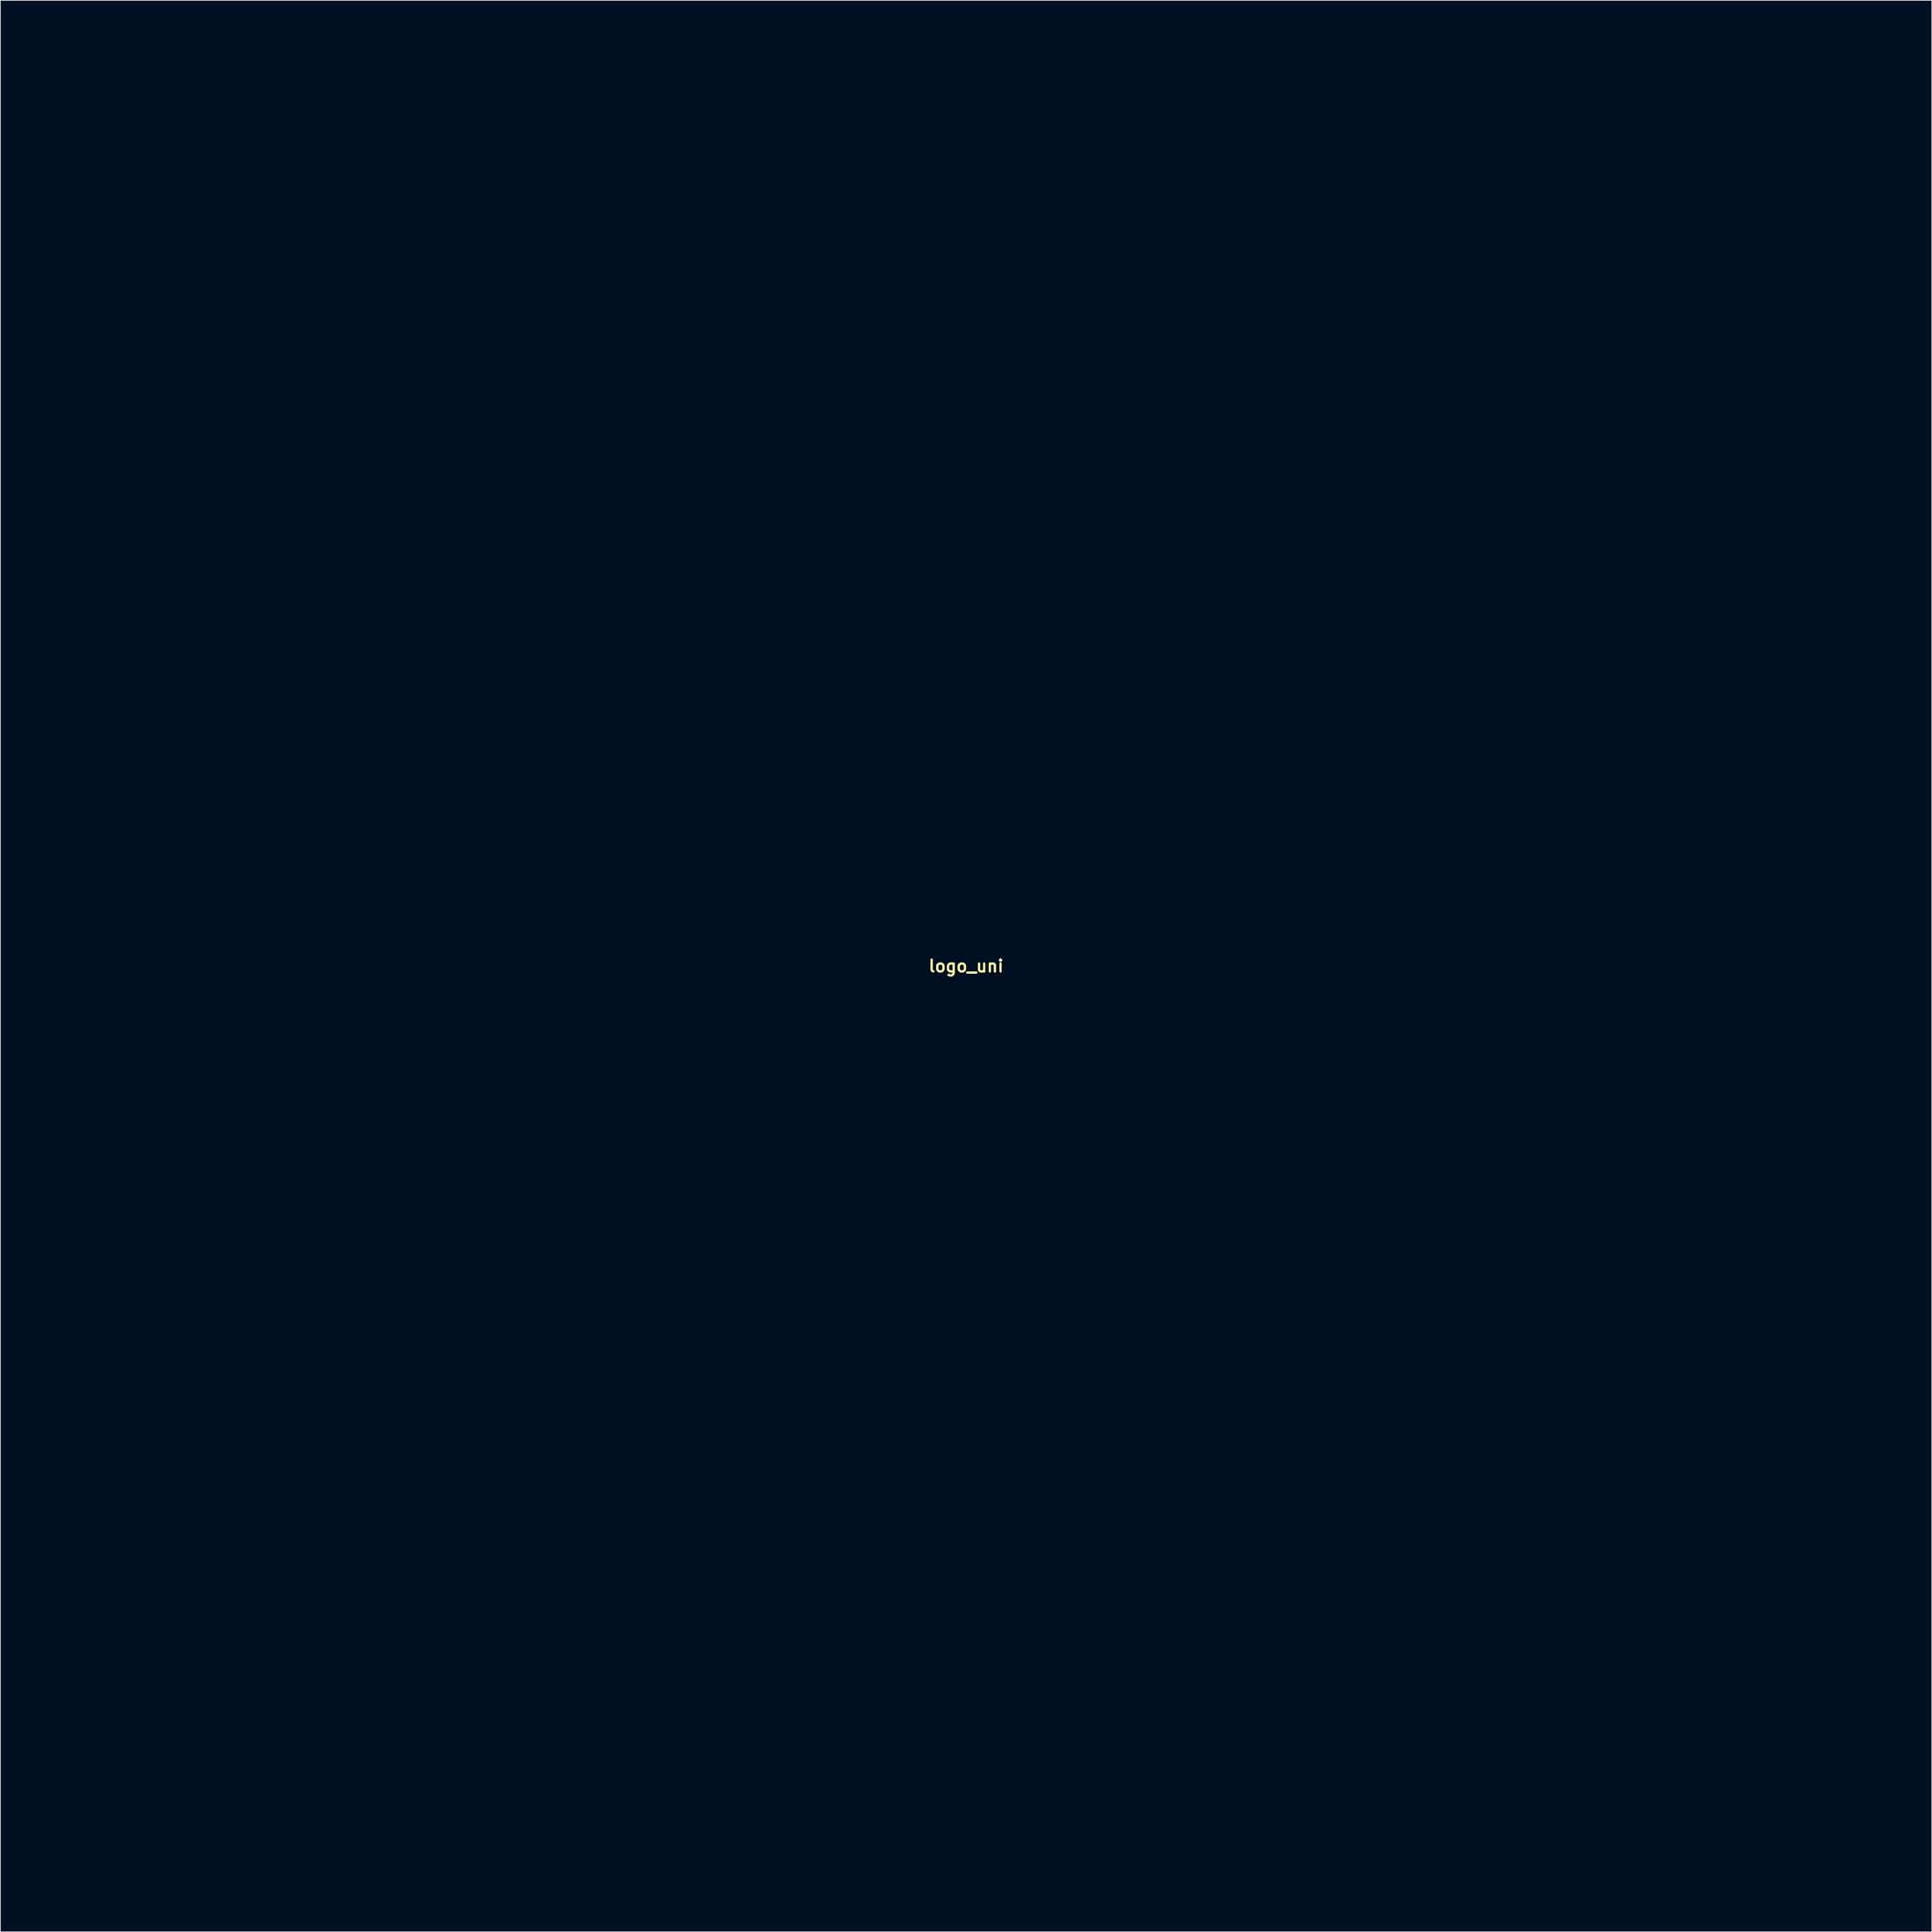
<source format=kicad_pcb>
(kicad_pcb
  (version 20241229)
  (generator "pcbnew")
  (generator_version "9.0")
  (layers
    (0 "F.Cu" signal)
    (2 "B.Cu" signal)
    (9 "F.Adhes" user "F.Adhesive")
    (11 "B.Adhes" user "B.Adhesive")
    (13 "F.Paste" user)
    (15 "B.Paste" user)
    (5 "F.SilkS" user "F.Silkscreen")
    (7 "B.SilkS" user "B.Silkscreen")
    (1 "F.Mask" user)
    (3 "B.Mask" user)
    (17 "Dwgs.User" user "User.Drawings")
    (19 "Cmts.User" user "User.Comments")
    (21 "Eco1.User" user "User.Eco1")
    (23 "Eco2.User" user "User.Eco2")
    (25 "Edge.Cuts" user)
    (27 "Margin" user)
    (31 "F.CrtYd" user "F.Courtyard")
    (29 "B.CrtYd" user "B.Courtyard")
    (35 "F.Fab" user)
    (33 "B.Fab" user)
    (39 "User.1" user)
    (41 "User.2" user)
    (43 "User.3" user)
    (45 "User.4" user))
  (footprint "logo_uni"
    (layer "F.Cu")
    (at 121.053 121.053)
    (property "Reference" "logo_uni" (at 0 0 0) (layer "F.SilkS") (effects (font (size 1.524 1.524) (thickness 0.3))))
    (attr through_hole)
    (fp_poly (pts (xy -57.503 59.09) (xy -57.679 59.267) (xy -57.856 59.09) (xy -57.679 58.914) (xy -57.503 59.09)) (stroke (width 0.1) (type solid)) (fill yes) (layer "F.Mask"))
    (fp_poly (pts (xy 30.692 8.467) (xy 23.636 8.467) (xy 21.138 8.457) (xy 19.27 8.426) (xy 17.956 8.368) (xy 17.121 8.278) (xy 16.688 8.152) (xy 16.581 8.008) (xy 16.81 7.363) (xy 16.979 7.151) (xy 17.263 6.748) (xy 17.854 5.826) (xy 18.696 4.471) (xy 19.735 2.771) (xy 20.918 0.815) (xy 21.867 -0.768) (xy 26.358 -8.29) (xy 28.525 -8.395) (xy 30.692 -8.5) (xy 30.692 -0.017) (xy 30.692 8.467)) (stroke (width 0.1) (type solid)) (fill yes) (layer "F.Mask"))
    (fp_poly (pts (xy 53.269 53.269) (xy 21.519 53.269) (xy 16.853 53.267) (xy 12.394 53.261) (xy 8.191 53.25) (xy 4.294 53.236) (xy 0.753 53.218) (xy -2.382 53.197) (xy -5.062 53.174) (xy -7.236 53.148) (xy -8.856 53.121) (xy -9.87 53.091) (xy -10.23 53.06) (xy -10.231 53.06) (xy -10.056 52.714) (xy -9.563 51.844) (xy -8.8 50.53) (xy -7.812 48.852) (xy -6.646 46.89) (xy -5.35 44.724) (xy -5.272 44.593) (xy -0.313 36.336) (xy 26.478 36.336) (xy 53.269 36.336) (xy 53.269 44.803) (xy 53.269 53.269)) (stroke (width 0.1) (type solid)) (fill yes) (layer "F.Mask"))
    (fp_poly (pts (xy 11.179 -7.989) (xy 11.06 -7.649) (xy 10.641 -6.776) (xy 9.967 -5.451) (xy 9.08 -3.758) (xy 8.022 -1.78) (xy 6.93 0.231) (xy 2.521 8.29) (xy -5.971 8.361) (xy -8.547 8.37) (xy -10.752 8.351) (xy -12.51 8.307) (xy -13.748 8.241) (xy -14.389 8.154) (xy -14.464 8.107) (xy -14.277 7.738) (xy -13.751 6.86) (xy -12.936 5.551) (xy -11.88 3.89) (xy -10.633 1.957) (xy -9.247 -0.17) (xy -9.127 -0.352) (xy -3.791 -8.487) (xy 3.614 -8.317) (xy 5.826 -8.26) (xy 7.79 -8.195) (xy 9.399 -8.128) (xy 10.548 -8.063) (xy 11.13 -8.005) (xy 11.179 -7.989)) (stroke (width 0.1) (type solid)) (fill yes) (layer "F.Mask"))
    (fp_poly (pts (xy -13.053 36.583) (xy -13.215 36.947) (xy -13.671 37.846) (xy -14.378 39.197) (xy -15.291 40.916) (xy -16.366 42.919) (xy -17.519 45.05) (xy -21.986 53.269) (xy -37.393 53.269) (xy -40.624 53.264) (xy -43.635 53.249) (xy -46.354 53.226) (xy -48.708 53.195) (xy -50.623 53.157) (xy -52.028 53.114) (xy -52.848 53.067) (xy -52.95 53.049) (xy -51.987 52.162) (xy -51.477 51.701) (xy -50.511 50.839) (xy -49.163 49.64) (xy -47.505 48.169) (xy -45.611 46.491) (xy -43.553 44.67) (xy -42.55 43.783) (xy -34.123 36.336) (xy -23.588 36.336) (xy -20.943 36.344) (xy -18.541 36.366) (xy -16.469 36.401) (xy -14.813 36.447) (xy -13.66 36.501) (xy -13.095 36.561) (xy -13.053 36.583)) (stroke (width 0.1) (type solid)) (fill yes) (layer "F.Mask"))
    (fp_poly (pts (xy 53.282 -36.336) (xy 48.299 -36.336) (xy 46.329 -36.344) (xy 44.965 -36.374) (xy 44.105 -36.439) (xy 43.652 -36.552) (xy 43.503 -36.723) (xy 43.536 -36.908) (xy 43.772 -37.36) (xy 44.32 -38.327) (xy 45.127 -39.718) (xy 46.14 -41.444) (xy 47.307 -43.414) (xy 48.213 -44.934) (xy 49.452 -47.006) (xy 50.572 -48.882) (xy 51.522 -50.473) (xy 52.25 -51.695) (xy 52.705 -52.462) (xy 52.835 -52.685) (xy 52.616 -52.533) (xy 51.922 -51.968) (xy 50.81 -51.04) (xy 49.338 -49.798) (xy 47.565 -48.291) (xy 45.548 -46.568) (xy 43.346 -44.678) (xy 43.345 -44.677) (xy 33.69 -36.372) (xy 24.253 -36.354) (xy 21.756 -36.356) (xy 19.507 -36.372) (xy 17.597 -36.398) (xy 16.118 -36.435) (xy 15.16 -36.479) (xy 14.817 -36.53) (xy 14.817 -36.53) (xy 15.001 -36.867) (xy 15.514 -37.697) (xy 16.293 -38.925) (xy 17.276 -40.456) (xy 18.402 -42.195) (xy 19.608 -44.048) (xy 20.832 -45.919) (xy 22.013 -47.713) (xy 23.089 -49.336) (xy 23.998 -50.692) (xy 24.677 -51.687) (xy 24.99 -52.127) (xy 25.843 -53.278) (xy 39.468 -53.185) (xy 53.093 -53.093) (xy 53.188 -44.715) (xy 53.282 -36.336)) (stroke (width 0.1) (type solid)) (fill yes) (layer "F.Mask"))
    (fp_poly (pts (xy 2.895 -53.079) (xy 2.788 -52.729) (xy 2.388 -51.842) (xy 1.736 -50.5) (xy 0.875 -48.787) (xy -0.155 -46.788) (xy -1.251 -44.7) (xy -5.589 -36.513) (xy -20.962 -36.421) (xy -36.336 -36.329) (xy -36.336 -22.398) (xy -36.336 -8.467) (xy -28.575 -8.467) (xy -26.042 -8.452) (xy -23.932 -8.41) (xy -22.313 -8.343) (xy -21.253 -8.255) (xy -20.82 -8.148) (xy -20.814 -8.132) (xy -20.973 -7.742) (xy -21.422 -6.816) (xy -22.116 -5.44) (xy -23.011 -3.699) (xy -24.065 -1.681) (xy -25.129 0.335) (xy -29.444 8.467) (xy -32.89 8.467) (xy -36.336 8.467) (xy -36.336 14.978) (xy -36.336 21.49) (xy -43.694 35.351) (xy -45.263 38.31) (xy -46.763 41.141) (xy -48.152 43.77) (xy -49.393 46.122) (xy -50.446 48.122) (xy -51.271 49.696) (xy -51.828 50.768) (xy -52.025 51.153) (xy -52.973 53.045) (xy -53.034 53.034) (xy -53.061 52.661) (xy -53.087 51.62) (xy -53.112 49.952) (xy -53.136 47.694) (xy -53.158 44.886) (xy -53.179 41.566) (xy -53.198 37.773) (xy -53.215 33.545) (xy -53.231 28.922) (xy -53.243 23.942) (xy -53.254 18.644) (xy -53.262 13.067) (xy -53.267 7.249) (xy -53.269 1.229) (xy -53.269 -0.235) (xy -53.269 -53.269) (xy -25.282 -53.269) (xy -20.902 -53.267) (xy -16.727 -53.26) (xy -12.812 -53.249) (xy -9.209 -53.235) (xy -5.972 -53.217) (xy -3.155 -53.196) (xy -0.812 -53.172) (xy 1.005 -53.146) (xy 2.242 -53.118) (xy 2.844 -53.089) (xy 2.895 -53.079)) (stroke (width 0.1) (type solid)) (fill yes) (layer "F.Mask"))
    (fp_poly (pts (xy 51.724 -98.939) (xy 51.496 -98.546) (xy 50.939 -97.656) (xy 50.113 -96.364) (xy 49.078 -94.763) (xy 47.892 -92.945) (xy 47.544 -92.413) (xy 46.045 -90.129) (xy 44.411 -87.637) (xy 42.779 -85.147) (xy 41.285 -82.868) (xy 40.267 -81.315) (xy 39.164 -79.633) (xy 38.18 -78.132) (xy 37.386 -76.922) (xy 36.855 -76.114) (xy 36.68 -75.847) (xy 35.835 -74.57) (xy 34.654 -72.781) (xy 33.189 -70.557) (xy 31.489 -67.976) (xy 29.606 -65.115) (xy 27.591 -62.052) (xy 25.494 -58.865) (xy 23.368 -55.631) (xy 21.262 -52.428) (xy 19.229 -49.333) (xy 17.318 -46.423) (xy 15.582 -43.777) (xy 14.07 -41.472) (xy 13.941 -41.275) (xy 12.966 -39.789) (xy 11.686 -37.843) (xy 10.187 -35.566) (xy 8.553 -33.087) (xy 6.87 -30.534) (xy 5.228 -28.046) (xy 3.564 -25.523) (xy 1.849 -22.922) (xy 0.174 -20.377) (xy -1.374 -18.022) (xy -2.707 -15.992) (xy -3.708 -14.464) (xy -7.141 -9.217) (xy -10.201 -4.547) (xy -12.901 -0.437) (xy -15.251 3.129) (xy -17.262 6.167) (xy -17.342 6.288) (xy -18.401 7.903) (xy -19.305 9.32) (xy -19.99 10.433) (xy -20.388 11.134) (xy -20.461 11.315) (xy -20.129 11.441) (xy -19.217 11.544) (xy -17.848 11.616) (xy -16.148 11.647) (xy -15.963 11.648) (xy -11.465 11.654) (xy -13.082 13.147) (xy -14.295 14.258) (xy -15.606 15.445) (xy -16.257 16.027) (xy -17.355 17.011) (xy -18.666 18.198) (xy -19.767 19.202) (xy -20.975 20.302) (xy -22.207 21.412) (xy -23.121 22.225) (xy -23.927 22.94) (xy -25.102 23.99) (xy -26.493 25.238) (xy -27.946 26.547) (xy -28.043 26.635) (xy -29.498 27.947) (xy -30.902 29.212) (xy -32.101 30.292) (xy -32.941 31.046) (xy -32.979 31.08) (xy -33.771 31.797) (xy -34.937 32.858) (xy -36.332 34.132) (xy -37.81 35.486) (xy -38.1 35.753) (xy -39.444 36.97) (xy -40.61 37.995) (xy -41.498 38.742) (xy -42.007 39.124) (xy -42.079 39.156) (xy -42.071 38.88) (xy -41.773 38.16) (xy -41.333 37.306) (xy -40.904 36.514) (xy -40.198 35.198) (xy -39.268 33.456) (xy -38.168 31.387) (xy -36.95 29.091) (xy -35.666 26.667) (xy -35.463 26.282) (xy -34.177 23.853) (xy -32.951 21.541) (xy -31.837 19.445) (xy -30.887 17.663) (xy -30.154 16.292) (xy -29.689 15.431) (xy -29.642 15.346) (xy -29.084 14.317) (xy -28.308 12.864) (xy -27.423 11.192) (xy -26.639 9.701) (xy -25.746 8.004) (xy -24.867 6.347) (xy -24.11 4.935) (xy -23.632 4.057) (xy -23.21 3.28) (xy -22.512 1.98) (xy -21.592 0.258) (xy -20.504 -1.786) (xy -19.302 -4.049) (xy -18.04 -6.432) (xy -17.99 -6.526) (xy -16.686 -8.99) (xy -15.406 -11.408) (xy -14.21 -13.665) (xy -13.162 -15.644) (xy -12.323 -17.227) (xy -11.777 -18.256) (xy -10.832 -20.035) (xy -9.768 -22.038) (xy -8.796 -23.869) (xy -8.686 -24.077) (xy -7.904 -25.546) (xy -6.914 -27.4) (xy -5.842 -29.402) (xy -4.814 -31.315) (xy -4.805 -31.331) (xy -3.963 -32.907) (xy -3.256 -34.25) (xy -2.744 -35.244) (xy -2.488 -35.771) (xy -2.469 -35.823) (xy -2.302 -36.183) (xy -1.872 -36.953) (xy -1.458 -37.654) (xy -0.895 -38.633) (xy -0.115 -40.049) (xy 0.778 -41.711) (xy 1.662 -43.392) (xy 2.863 -45.689) (xy 4.368 -48.551) (xy 6.148 -51.918) (xy 8.171 -55.733) (xy 10.409 -59.94) (xy 11.46 -61.913) (xy 12.342 -63.57) (xy 13.37 -65.507) (xy 14.361 -67.381) (xy 14.641 -67.91) (xy 15.425 -69.385) (xy 16.155 -70.738) (xy 16.724 -71.773) (xy 16.934 -72.143) (xy 17.333 -72.86) (xy 17.97 -74.043) (xy 18.759 -75.531) (xy 19.616 -77.163) (xy 19.665 -77.258) (xy 20.626 -79.093) (xy 21.791 -81.303) (xy 23.029 -83.643) (xy 24.211 -85.866) (xy 24.513 -86.431) (xy 26.457 -90.073) (xy 28.136 -93.223) (xy 29.618 -96.01) (xy 30.971 -98.563) (xy 32.017 -100.542) (xy 33.087 -102.56) (xy 33.883 -104.035) (xy 34.455 -105.05) (xy 34.855 -105.688) (xy 35.132 -106.034) (xy 35.338 -106.17) (xy 35.444 -106.186) (xy 35.929 -106.056) (xy 36.885 -105.708) (xy 38.136 -105.207) (xy 38.642 -104.995) (xy 42.167 -103.494) (xy 45.074 -102.239) (xy 47.403 -101.213) (xy 49.19 -100.397) (xy 50.474 -99.776) (xy 51.292 -99.331) (xy 51.681 -99.045) (xy 51.724 -98.939)) (stroke (width 0.1) (type solid)) (fill yes) (layer "F.Mask"))
    (fp_poly (pts (xy 39.158 -36.097) (xy 38.986 -35.721) (xy 38.51 -34.85) (xy 37.794 -33.593) (xy 36.903 -32.059) (xy 35.899 -30.356) (xy 34.845 -28.592) (xy 33.807 -26.877) (xy 32.846 -25.317) (xy 32.788 -25.224) (xy 32.254 -24.351) (xy 31.424 -22.976) (xy 30.361 -21.203) (xy 29.128 -19.137) (xy 27.787 -16.884) (xy 26.458 -14.64) (xy 25.118 -12.382) (xy 23.864 -10.281) (xy 22.751 -8.426) (xy 21.831 -6.907) (xy 21.159 -5.813) (xy 20.789 -5.233) (xy 20.778 -5.218) (xy 20.32 -4.512) (xy 20.11 -4.086) (xy 20.108 -4.072) (xy 19.934 -3.717) (xy 19.458 -2.879) (xy 18.748 -1.677) (xy 17.873 -0.227) (xy 17.68 0.087) (xy 16.7 1.697) (xy 15.792 3.202) (xy 15.051 4.441) (xy 14.576 5.253) (xy 14.554 5.292) (xy 14.152 5.982) (xy 13.455 7.156) (xy 12.535 8.694) (xy 11.465 10.475) (xy 10.335 12.347) (xy 9.532 13.678) (xy 8.444 15.486) (xy 7.102 17.718) (xy 5.537 20.324) (xy 3.781 23.252) (xy 1.864 26.448) (xy -0.183 29.862) (xy -2.328 33.441) (xy -4.54 37.134) (xy -6.788 40.888) (xy -9.042 44.652) (xy -11.269 48.373) (xy -13.44 52) (xy -15.522 55.481) (xy -17.485 58.763) (xy -19.297 61.795) (xy -20.928 64.525) (xy -22.346 66.901) (xy -23.521 68.87) (xy -24.42 70.382) (xy -25.014 71.383) (xy -25.252 71.79) (xy -25.631 72.438) (xy -26.323 73.604) (xy -27.276 75.203) (xy -28.439 77.147) (xy -29.76 79.352) (xy -31.188 81.731) (xy -31.881 82.884) (xy -33.292 85.245) (xy -34.57 87.412) (xy -35.674 89.313) (xy -36.561 90.874) (xy -37.189 92.021) (xy -37.517 92.68) (xy -37.553 92.809) (xy -37.143 93.003) (xy -36.281 93.211) (xy -35.811 93.291) (xy -34.869 93.48) (xy -34.307 93.687) (xy -34.236 93.772) (xy -34.5 94.049) (xy -35.211 94.675) (xy -36.26 95.564) (xy -37.542 96.627) (xy -38.948 97.778) (xy -40.372 98.927) (xy -41.705 99.989) (xy -42.842 100.874) (xy -43.675 101.497) (xy -43.798 101.583) (xy -44.244 101.859) (xy -44.422 101.769) (xy -44.392 101.186) (xy -44.294 100.525) (xy -44.109 99.445) (xy -43.831 97.946) (xy -43.509 96.299) (xy -43.404 95.779) (xy -43.079 94.124) (xy -42.783 92.511) (xy -42.567 91.22) (xy -42.524 90.928) (xy -42.357 89.954) (xy -42.193 89.35) (xy -42.125 89.253) (xy -41.816 89.494) (xy -41.218 90.108) (xy -40.844 90.523) (xy -40.399 91.034) (xy -40.046 91.359) (xy -39.721 91.436) (xy -39.358 91.203) (xy -38.894 90.597) (xy -38.265 89.557) (xy -37.405 88.019) (xy -36.435 86.254) (xy -35.5 84.557) (xy -34.615 82.953) (xy -33.873 81.609) (xy -33.366 80.693) (xy -33.32 80.61) (xy -32.146 78.493) (xy -30.867 76.177) (xy -29.555 73.793) (xy -28.281 71.471) (xy -27.117 69.344) (xy -26.136 67.541) (xy -25.41 66.195) (xy -25.289 65.969) (xy -24.493 64.498) (xy -23.498 62.692) (xy -22.458 60.83) (xy -21.874 59.796) (xy -20.863 58.002) (xy -19.786 56.07) (xy -18.805 54.291) (xy -18.346 53.446) (xy -17.737 52.325) (xy -16.855 50.716) (xy -15.77 48.744) (xy -14.553 46.537) (xy -13.274 44.223) (xy -12.521 42.862) (xy -11.106 40.308) (xy -9.589 37.567) (xy -8.073 34.825) (xy -6.66 32.266) (xy -5.453 30.078) (xy -5.111 29.457) (xy -4.069 27.565) (xy -3.101 25.812) (xy -2.278 24.321) (xy -1.667 23.218) (xy -1.366 22.677) (xy -0.877 21.797) (xy -0.194 20.557) (xy 0.54 19.219) (xy 0.578 19.149) (xy 1.067 18.258) (xy 1.84 16.855) (xy 2.838 15.047) (xy 4.002 12.938) (xy 5.274 10.634) (xy 6.596 8.242) (xy 7.91 5.867) (xy 9.157 3.614) (xy 10.278 1.589) (xy 11.215 -0.101) (xy 11.55 -0.706) (xy 12.953 -3.243) (xy 14.224 -5.564) (xy 15.323 -7.595) (xy 16.215 -9.268) (xy 16.86 -10.51) (xy 17.221 -11.252) (xy 17.286 -11.429) (xy 16.964 -11.553) (xy 16.118 -11.628) (xy 14.931 -11.639) (xy 14.905 -11.639) (xy 13.459 -11.618) (xy 12.108 -11.615) (xy 11.289 -11.627) (xy 10.054 -11.665) (xy 10.936 -12.389) (xy 11.885 -13.181) (xy 12.703 -13.877) (xy 13.307 -14.394) (xy 14.313 -15.252) (xy 15.586 -16.336) (xy 16.99 -17.529) (xy 17.113 -17.633) (xy 18.44 -18.764) (xy 19.566 -19.732) (xy 20.386 -20.444) (xy 20.793 -20.809) (xy 20.814 -20.831) (xy 21.133 -21.118) (xy 21.91 -21.792) (xy 23.067 -22.783) (xy 24.522 -24.024) (xy 26.194 -25.445) (xy 28.003 -26.98) (xy 29.868 -28.558) (xy 31.709 -30.112) (xy 33.446 -31.574) (xy 34.997 -32.875) (xy 35.872 -33.606) (xy 37.13 -34.635) (xy 38.165 -35.446) (xy 38.875 -35.961) (xy 39.157 -36.103) (xy 39.158 -36.097)) (stroke (width 0.1) (type solid)) (fill yes) (layer "F.Mask"))
    (fp_poly (pts (xy 121.003 121.003) (xy 71.878 120.975) (xy 66.059 120.971) (xy 60.44 120.964) (xy 55.063 120.956) (xy 49.966 120.947) (xy 45.189 120.936) (xy 40.772 120.924) (xy 36.755 120.91) (xy 33.176 120.896) (xy 30.076 120.881) (xy 27.495 120.864) (xy 25.472 120.848) (xy 24.046 120.831) (xy 23.258 120.813) (xy 23.107 120.801) (xy 23.593 120.661) (xy 24.587 120.416) (xy 25.907 120.109) (xy 26.458 119.985) (xy 28.582 119.486) (xy 30.924 118.893) (xy 33.313 118.255) (xy 35.576 117.618) (xy 37.542 117.031) (xy 39.038 116.54) (xy 39.335 116.432) (xy 42.478 115.238) (xy 45.107 114.21) (xy 47.372 113.286) (xy 49.425 112.4) (xy 51.417 111.487) (xy 53.501 110.485) (xy 54.504 109.989) (xy 57.478 108.473) (xy 60.351 106.934) (xy 63.009 105.441) (xy 65.337 104.057) (xy 67.22 102.85) (xy 68.236 102.125) (xy 69.465 101.188) (xy 63.894 92.839) (xy 58.323 84.49) (xy 61.705 81.931) (xy 68.258 76.53) (xy 74.373 70.581) (xy 80.034 64.098) (xy 81.984 61.602) (xy 82.96 60.334) (xy 83.778 59.309) (xy 84.348 58.638) (xy 84.576 58.427) (xy 84.897 58.626) (xy 85.729 59.168) (xy 86.995 60.002) (xy 88.619 61.077) (xy 90.526 62.345) (xy 92.639 63.753) (xy 92.942 63.956) (xy 101.155 69.442) (xy 101.851 68.5) (xy 103.712 65.771) (xy 105.696 62.488) (xy 107.741 58.781) (xy 109.784 54.776) (xy 111.763 50.601) (xy 113.617 46.384) (xy 115.283 42.252) (xy 116.698 38.333) (xy 117.008 37.394) (xy 117.572 35.563) (xy 118.16 33.511) (xy 118.743 31.356) (xy 119.291 29.215) (xy 119.778 27.205) (xy 120.172 25.444) (xy 120.447 24.048) (xy 120.573 23.136) (xy 120.562 22.856) (xy 120.146 22.625) (xy 119.043 22.288) (xy 117.262 21.848) (xy 114.811 21.307) (xy 111.702 20.668) (xy 110.644 20.458) (xy 100.91 18.537) (xy 101.089 17.647) (xy 101.598 14.541) (xy 101.997 10.902) (xy 102.283 6.896) (xy 102.45 2.689) (xy 102.496 -1.556) (xy 102.416 -5.673) (xy 102.207 -9.496) (xy 101.863 -12.86) (xy 101.837 -13.053) (xy 101.592 -14.778) (xy 101.366 -16.276) (xy 101.185 -17.393) (xy 101.071 -17.975) (xy 101.066 -17.992) (xy 101.13 -18.171) (xy 101.47 -18.37) (xy 102.154 -18.603) (xy 103.246 -18.888) (xy 104.812 -19.241) (xy 106.917 -19.679) (xy 109.628 -20.218) (xy 110.778 -20.443) (xy 113.676 -21.011) (xy 115.953 -21.47) (xy 117.682 -21.84) (xy 118.935 -22.138) (xy 119.786 -22.385) (xy 120.307 -22.598) (xy 120.57 -22.798) (xy 120.649 -23.003) (xy 120.65 -23.026) (xy 120.555 -23.836) (xy 120.292 -25.193) (xy 119.892 -26.968) (xy 119.387 -29.031) (xy 118.81 -31.251) (xy 118.192 -33.5) (xy 117.565 -35.648) (xy 117.445 -36.043) (xy 114.489 -44.545) (xy 110.934 -52.767) (xy 106.817 -60.628) (xy 103.569 -65.952) (xy 101.25 -69.526) (xy 93.196 -64.064) (xy 91.075 -62.63) (xy 89.137 -61.329) (xy 87.462 -60.213) (xy 86.128 -59.335) (xy 85.213 -58.745) (xy 84.797 -58.497) (xy 84.788 -58.493) (xy 84.454 -58.718) (xy 83.796 -59.41) (xy 82.904 -60.467) (xy 81.869 -61.784) (xy 81.711 -61.992) (xy 79.875 -64.313) (xy 77.747 -66.814) (xy 75.426 -69.393) (xy 73.009 -71.952) (xy 70.595 -74.388) (xy 68.282 -76.603) (xy 66.166 -78.496) (xy 64.347 -79.966) (xy 63.774 -80.379) (xy 63.027 -80.93) (xy 62.582 -81.301) (xy 62.109 -81.686) (xy 61.25 -82.335) (xy 60.248 -83.067) (xy 58.302 -84.465) (xy 63.901 -92.853) (xy 69.501 -101.242) (xy 65.963 -103.545) (xy 61.576 -106.22) (xy 56.705 -108.875) (xy 51.567 -111.403) (xy 46.38 -113.701) (xy 41.359 -115.663) (xy 39.511 -116.309) (xy 37.983 -116.819) (xy 36.694 -117.243) (xy 35.795 -117.531) (xy 35.454 -117.63) (xy 34.748 -117.811) (xy 33.65 -118.121) (xy 32.44 -118.477) (xy 31.401 -118.799) (xy 31.044 -118.918) (xy 30.06 -119.191) (xy 28.929 -119.419) (xy 28.928 -119.419) (xy 27.721 -119.66) (xy 26.635 -119.947) (xy 25.59 -120.182) (xy 24.316 -120.352) (xy 24.002 -120.376) (xy 22.428 -120.474) (xy 20.5 -110.67) (xy 19.895 -107.639) (xy 19.397 -105.251) (xy 18.992 -103.452) (xy 18.667 -102.191) (xy 18.41 -101.414) (xy 18.207 -101.068) (xy 18.11 -101.044) (xy 17.594 -101.164) (xy 16.537 -101.357) (xy 15.094 -101.596) (xy 13.498 -101.843) (xy 10.418 -102.194) (xy 6.808 -102.419) (xy 2.831 -102.525) (xy -1.348 -102.512) (xy -5.567 -102.387) (xy -9.66 -102.152) (xy -13.464 -101.81) (xy -16.816 -101.366) (xy -18.113 -101.138) (xy -18.389 -101.346) (xy -18.684 -102.113) (xy -19.016 -103.497) (xy -19.2 -104.422) (xy -19.315 -105.018) (xy -19.544 -106.193) (xy -19.865 -107.832) (xy -20.255 -109.822) (xy -20.692 -112.05) (xy -20.879 -113.005) (xy -22.392 -120.705) (xy -23.984 -120.462) (xy -25.514 -120.215) (xy -26.384 -120.043) (xy -26.635 -119.945) (xy -26.934 -119.854) (xy -27.517 -119.74) (xy -28.318 -119.577) (xy -29.524 -119.306) (xy -30.692 -119.028) (xy -31.657 -118.785) (xy -32.667 -118.511) (xy -33.842 -118.169) (xy -35.304 -117.724) (xy -37.174 -117.138) (xy -39.572 -116.376) (xy -40.04 -116.227) (xy -41.02 -115.889) (xy -42.326 -115.405) (xy -43.778 -114.846) (xy -45.198 -114.283) (xy -46.407 -113.785) (xy -47.226 -113.423) (xy -47.438 -113.313) (xy -48.11 -113.05) (xy -48.323 -113.006) (xy -48.852 -112.819) (xy -49.852 -112.372) (xy -51.207 -111.726) (xy -52.802 -110.94) (xy -54.521 -110.073) (xy -56.248 -109.183) (xy -57.869 -108.332) (xy -59.267 -107.577) (xy -60.327 -106.977) (xy -60.933 -106.593) (xy -61.031 -106.494) (xy -61.306 -106.201) (xy -61.427 -106.186) (xy -61.903 -106.008) (xy -62.817 -105.532) (xy -64.016 -104.85) (xy -65.348 -104.052) (xy -66.66 -103.229) (xy -67.8 -102.47) (xy -68.356 -102.071) (xy -69.508 -101.203) (xy -67.155 -97.786) (xy -65.792 -95.794) (xy -64.394 -93.734) (xy -63.02 -91.692) (xy -61.727 -89.755) (xy -60.574 -88.012) (xy -59.618 -86.549) (xy -58.917 -85.454) (xy -58.529 -84.813) (xy -58.472 -84.695) (xy -58.701 -84.366) (xy -59.388 -83.724) (xy -60.42 -82.87) (xy -61.383 -82.128) (xy -66.405 -78.109) (xy -71.219 -73.759) (xy -75.701 -69.202) (xy -79.729 -64.563) (xy -82.856 -60.433) (xy -84.387 -58.25) (xy -92.8 -63.866) (xy -101.213 -69.481) (xy -103.127 -66.579) (xy -106.422 -61.191) (xy -109.578 -55.27) (xy -112.514 -48.985) (xy -115.151 -42.505) (xy -117.41 -36) (xy -117.416 -35.983) (xy -118.112 -33.685) (xy -118.764 -31.356) (xy -119.347 -29.102) (xy -119.838 -27.027) (xy -120.213 -25.235) (xy -120.448 -23.831) (xy -120.52 -22.918) (xy -120.452 -22.619) (xy -120.031 -22.474) (xy -119.009 -22.218) (xy -117.48 -21.87) (xy -115.535 -21.453) (xy -113.268 -20.985) (xy -110.77 -20.487) (xy -110.596 -20.453) (xy -108.105 -19.965) (xy -105.854 -19.522) (xy -103.93 -19.143) (xy -102.424 -18.843) (xy -101.424 -18.642) (xy -101.02 -18.557) (xy -101.016 -18.556) (xy -101.046 -18.219) (xy -101.173 -17.359) (xy -101.373 -16.148) (xy -101.42 -15.875) (xy -101.879 -12.652) (xy -102.237 -8.958) (xy -102.481 -5.021) (xy -102.596 -1.069) (xy -102.569 2.669) (xy -102.553 3.167) (xy -102.448 5.352) (xy -102.288 7.729) (xy -102.088 10.159) (xy -101.86 12.503) (xy -101.62 14.622) (xy -101.38 16.378) (xy -101.155 17.632) (xy -101.061 18.003) (xy -101.115 18.185) (xy -101.434 18.383) (xy -102.082 18.613) (xy -103.129 18.894) (xy -104.64 19.242) (xy -106.683 19.674) (xy -109.325 20.209) (xy -110.641 20.47) (xy -113.86 21.122) (xy -116.475 21.686) (xy -118.466 22.155) (xy -119.81 22.526) (xy -120.487 22.792) (xy -120.566 22.867) (xy -120.557 23.405) (xy -120.381 24.504) (xy -120.066 26.047) (xy -119.64 27.916) (xy -119.131 29.995) (xy -118.567 32.166) (xy -117.977 34.312) (xy -117.387 36.315) (xy -117.217 36.865) (xy -115.206 42.649) (xy -112.787 48.58) (xy -110.05 54.465) (xy -107.088 60.112) (xy -103.992 65.331) (xy -102.595 67.465) (xy -101.226 69.49) (xy -92.858 63.908) (xy -84.49 58.325) (xy -81.765 61.883) (xy -77.116 67.582) (xy -72.294 72.731) (xy -67.145 77.486) (xy -62.442 81.299) (xy -61.009 82.422) (xy -59.812 83.409) (xy -58.946 84.177) (xy -58.509 84.642) (xy -58.477 84.725) (xy -58.69 85.092) (xy -59.244 85.965) (xy -60.088 87.265) (xy -61.169 88.912) (xy -62.435 90.827) (xy -63.835 92.931) (xy -63.857 92.963) (xy -65.254 95.068) (xy -66.513 96.988) (xy -67.583 98.642) (xy -68.412 99.951) (xy -68.949 100.835) (xy -69.144 101.216) (xy -69.144 101.217) (xy -68.857 101.502) (xy -68.066 102.076) (xy -66.878 102.873) (xy -65.397 103.826) (xy -63.731 104.87) (xy -61.985 105.938) (xy -60.266 106.964) (xy -58.678 107.882) (xy -57.329 108.626) (xy -56.974 108.812) (xy -52.429 111.025) (xy -47.642 113.127) (xy -42.745 115.071) (xy -37.87 116.812) (xy -33.148 118.302) (xy -28.711 119.495) (xy -24.692 120.345) (xy -23.808 120.492) (xy -22.392 120.713) (xy -20.467 110.98) (xy -18.542 101.247) (xy -17.559 101.247) (xy -16.798 101.303) (xy -15.544 101.452) (xy -13.997 101.67) (xy -12.962 101.832) (xy -11.46 102.037) (xy -9.753 102.193) (xy -7.733 102.304) (xy -5.293 102.374) (xy -2.327 102.41) (xy 0 102.416) (xy 3.377 102.402) (xy 6.157 102.355) (xy 8.445 102.272) (xy 10.35 102.146) (xy 11.977 101.975) (xy 12.962 101.832) (xy 14.593 101.583) (xy 16.063 101.388) (xy 17.168 101.27) (xy 17.585 101.247) (xy 18.594 101.247) (xy 20.43 110.508) (xy 20.926 112.998) (xy 21.384 115.282) (xy 21.786 117.261) (xy 22.11 118.837) (xy 22.337 119.913) (xy 22.446 120.385) (xy 22.442 120.457) (xy 22.37 120.524) (xy 22.199 120.584) (xy 21.903 120.64) (xy 21.453 120.69) (xy 20.82 120.735) (xy 19.976 120.776) (xy 18.892 120.813) (xy 17.541 120.845) (xy 15.894 120.873) (xy 13.923 120.898) (xy 11.599 120.92) (xy 8.894 120.938) (xy 5.779 120.953) (xy 2.227 120.966) (xy -1.792 120.977) (xy -6.305 120.985) (xy -11.341 120.991) (xy -16.927 120.996) (xy -23.094 120.999) (xy -29.868 121.001) (xy -37.278 121.002) (xy -45.353 121.003) (xy -49.189 121.003) (xy -121.003 121.003) (xy -121.003 0) (xy -121.003 -121.003) (xy 0 -121.003) (xy 121.003 -121.003) (xy 121.003 0) (xy 121.003 121.003)) (stroke (width 0.1) (type solid)) (fill yes) (layer "F.Mask"))
    (fp_poly (pts (xy 117.122 25.572) (xy 117.022 26.268) (xy 116.744 27.508) (xy 116.324 29.163) (xy 115.799 31.105) (xy 115.203 33.206) (xy 114.572 35.336) (xy 113.943 37.367) (xy 113.354 39.158) (xy 111.909 43.056) (xy 110.148 47.266) (xy 108.164 51.59) (xy 106.053 55.83) (xy 103.91 59.787) (xy 101.83 63.263) (xy 101.753 63.383) (xy 100.553 65.26) (xy 99.577 64.644) (xy 99.021 64.281) (xy 97.971 63.586) (xy 96.519 62.62) (xy 94.758 61.444) (xy 92.778 60.119) (xy 91.155 59.031) (xy 83.709 54.034) (xy 82.792 55.361) (xy 82.792 2.7) (xy 82.753 -4.344) (xy 82.144 -11.26) (xy 80.955 -17.932) (xy 80.596 -19.433) (xy 78.381 -26.895) (xy 75.586 -33.968) (xy 72.199 -40.671) (xy 68.211 -47.019) (xy 63.61 -53.028) (xy 58.387 -58.717) (xy 52.53 -64.102) (xy 52.098 -64.467) (xy 50.283 -65.898) (xy 48.059 -67.513) (xy 45.64 -69.162) (xy 43.239 -70.696) (xy 42.598 -71.085) (xy 41.232 -71.927) (xy 40.122 -72.654) (xy 39.392 -73.182) (xy 39.158 -73.421) (xy 39.346 -73.763) (xy 39.884 -74.634) (xy 40.734 -75.973) (xy 41.857 -77.721) (xy 43.214 -79.819) (xy 44.766 -82.205) (xy 46.476 -84.82) (xy 47.978 -87.108) (xy 49.787 -89.864) (xy 51.471 -92.436) (xy 52.992 -94.767) (xy 54.31 -96.796) (xy 55.388 -98.464) (xy 56.187 -99.711) (xy 56.667 -100.479) (xy 56.797 -100.708) (xy 56.554 -100.825) (xy 56.533 -100.819) (xy 56.046 -100.912) (xy 55.562 -101.133) (xy 54.987 -101.417) (xy 53.894 -101.928) (xy 52.376 -102.624) (xy 50.525 -103.463) (xy 48.433 -104.406) (xy 46.192 -105.41) (xy 43.896 -106.435) (xy 41.636 -107.439) (xy 39.504 -108.382) (xy 37.592 -109.222) (xy 35.993 -109.918) (xy 34.8 -110.43) (xy 34.103 -110.715) (xy 33.964 -110.761) (xy 33.749 -110.456) (xy 33.241 -109.587) (xy 32.472 -108.215) (xy 31.477 -106.402) (xy 30.288 -104.208) (xy 28.939 -101.694) (xy 27.464 -98.923) (xy 25.965 -96.089) (xy 24.394 -93.121) (xy 22.911 -90.347) (xy 21.551 -87.829) (xy 20.348 -85.629) (xy 19.337 -83.811) (xy 18.551 -82.435) (xy 18.025 -81.563) (xy 17.798 -81.26) (xy 17.232 -81.23) (xy 16.222 -81.329) (xy 15.293 -81.48) (xy 8.14 -82.514) (xy 0.988 -82.906) (xy -6.25 -82.654) (xy -13.66 -81.759) (xy -16.228 -81.309) (xy -22.264 -79.878) (xy -28.408 -77.866) (xy -34.496 -75.346) (xy -40.365 -72.389) (xy -45.852 -69.065) (xy -48.597 -67.144) (xy -54.624 -62.275) (xy -60.12 -56.964) (xy -65.066 -51.248) (xy -69.446 -45.159) (xy -73.241 -38.732) (xy -76.436 -32.001) (xy -79.011 -25.002) (xy -80.95 -17.767) (xy -82.235 -10.331) (xy -82.849 -2.729) (xy -82.903 0.304) (xy -82.554 7.7) (xy -81.521 15.043) (xy -79.828 22.276) (xy -77.496 29.338) (xy -74.548 36.172) (xy -71.005 42.718) (xy -66.891 48.917) (xy -62.444 54.463) (xy -58.203 58.928) (xy -53.559 63.155) (xy -48.725 66.957) (xy -46.55 68.476) (xy -44.863 69.605) (xy -43.606 70.437) (xy -42.62 71.067) (xy -41.746 71.59) (xy -40.825 72.099) (xy -39.7 72.688) (xy -38.212 73.453) (xy -37.991 73.566) (xy -34.179 75.521) (xy -36.117 79.124) (xy -37.015 80.79) (xy -37.91 82.444) (xy -38.68 83.861) (xy -39.089 84.608) (xy -40.123 86.489) (xy -42.101 84.157) (xy -43.054 83.055) (xy -43.658 82.436) (xy -44.005 82.236) (xy -44.188 82.388) (xy -44.259 82.629) (xy -44.374 83.23) (xy -44.584 84.406) (xy -44.872 86.062) (xy -45.223 88.104) (xy -45.62 90.436) (xy -46.048 92.965) (xy -46.491 95.595) (xy -46.933 98.232) (xy -47.358 100.781) (xy -47.75 103.147) (xy -48.094 105.237) (xy -48.372 106.955) (xy -48.571 108.206) (xy -48.673 108.897) (xy -48.683 108.997) (xy -48.433 108.995) (xy -47.769 108.618) (xy -46.816 107.942) (xy -46.478 107.68) (xy -45.639 107.017) (xy -44.336 105.991) (xy -42.66 104.671) (xy -40.703 103.131) (xy -38.556 101.441) (xy -36.31 99.674) (xy -35.631 99.139) (xy -33.487 97.452) (xy -31.519 95.9) (xy -29.794 94.539) (xy -28.384 93.423) (xy -27.356 92.607) (xy -26.783 92.146) (xy -26.69 92.069) (xy -26.862 91.889) (xy -27.586 91.66) (xy -28.717 91.425) (xy -28.983 91.381) (xy -30.331 91.155) (xy -31.455 90.951) (xy -32.127 90.809) (xy -32.157 90.801) (xy -32.301 90.637) (xy -32.238 90.23) (xy -31.934 89.509) (xy -31.356 88.404) (xy -30.47 86.844) (xy -29.241 84.758) (xy -29.231 84.742) (xy -28.065 82.825) (xy -27.035 81.213) (xy -26.194 79.985) (xy -25.596 79.217) (xy -25.296 78.986) (xy -22.166 79.897) (xy -18.538 80.743) (xy -14.62 81.488) (xy -10.617 82.093) (xy -6.739 82.519) (xy -5.874 82.588) (xy 1.638 82.806) (xy 9.087 82.336) (xy 16.501 81.175) (xy 23.909 79.317) (xy 30.423 77.111) (xy 31.468 76.672) (xy 32.965 75.988) (xy 34.756 75.138) (xy 36.686 74.197) (xy 38.597 73.243) (xy 40.335 72.353) (xy 41.741 71.605) (xy 42.65 71.081) (xy 43.884 70.293) (xy 45.173 69.456) (xy 46.354 68.677) (xy 47.266 68.062) (xy 47.745 67.719) (xy 47.746 67.719) (xy 48.179 67.378) (xy 49.042 66.711) (xy 50.202 65.818) (xy 51.329 64.955) (xy 53.452 63.228) (xy 55.823 61.127) (xy 58.254 58.83) (xy 60.555 56.516) (xy 62.446 54.468) (xy 66.022 50.038) (xy 69.449 45.086) (xy 72.614 39.797) (xy 75.407 34.354) (xy 77.389 29.786) (xy 79.558 23.413) (xy 81.186 16.695) (xy 82.267 9.752) (xy 82.792 2.7) (xy 82.792 55.361) (xy 81.475 57.268) (xy 78.4 61.404) (xy 74.886 65.584) (xy 71.059 69.686) (xy 67.041 73.587) (xy 62.957 77.165) (xy 58.93 80.3) (xy 56.18 82.184) (xy 55.213 82.85) (xy 54.542 83.396) (xy 54.328 83.673) (xy 54.516 84.035) (xy 55.047 84.903) (xy 55.869 86.198) (xy 56.931 87.839) (xy 58.182 89.747) (xy 59.554 91.816) (xy 60.955 93.92) (xy 62.232 95.841) (xy 63.332 97.499) (xy 64.201 98.813) (xy 64.785 99.7) (xy 65.028 100.076) (xy 64.854 100.459) (xy 64.073 101.12) (xy 62.714 102.033) (xy 62.006 102.47) (xy 60.614 103.313) (xy 59.41 104.042) (xy 58.545 104.566) (xy 58.208 104.769) (xy 57.638 105.081) (xy 56.622 105.606) (xy 55.294 106.277) (xy 53.786 107.029) (xy 52.232 107.797) (xy 50.765 108.515) (xy 49.516 109.117) (xy 48.619 109.538) (xy 48.206 109.713) (xy 48.197 109.714) (xy 47.793 109.849) (xy 46.953 110.198) (xy 46.136 110.561) (xy 42.277 112.163) (xy 37.796 113.749) (xy 32.773 115.289) (xy 29.551 116.175) (xy 27.706 116.653) (xy 26.431 116.951) (xy 25.617 117.083) (xy 25.157 117.065) (xy 24.943 116.911) (xy 24.897 116.801) (xy 24.788 116.317) (xy 24.563 115.236) (xy 24.242 113.656) (xy 23.843 111.673) (xy 23.388 109.384) (xy 22.895 106.892) (xy 22.409 104.425) (xy 21.969 102.198) (xy 21.592 100.301) (xy 21.297 98.824) (xy 21.101 97.856) (xy 21.023 97.487) (xy 21.023 97.486) (xy 20.69 97.522) (xy 19.85 97.671) (xy 18.697 97.897) (xy 15.253 98.525) (xy 11.816 98.986) (xy 8.209 99.295) (xy 4.255 99.468) (xy -0.141 99.52) (xy -2.649 99.502) (xy -5.093 99.451) (xy -7.326 99.375) (xy -9.2 99.277) (xy -10.568 99.164) (xy -10.9 99.122) (xy -13.527 98.727) (xy -15.856 98.363) (xy -17.804 98.044) (xy -19.286 97.785) (xy -20.218 97.599) (xy -20.507 97.515) (xy -20.613 97.472) (xy -20.714 97.531) (xy -20.829 97.763) (xy -20.974 98.237) (xy -21.165 99.025) (xy -21.42 100.198) (xy -21.755 101.826) (xy -22.186 103.979) (xy -22.731 106.729) (xy -22.955 107.862) (xy -23.455 110.359) (xy -23.919 112.613) (xy -24.328 114.534) (xy -24.662 116.037) (xy -24.903 117.033) (xy -25.032 117.434) (xy -25.039 117.438) (xy -25.457 117.33) (xy -26.325 117.091) (xy -26.988 116.906) (xy -28.134 116.589) (xy -29.694 116.162) (xy -31.4 115.699) (xy -32.103 115.509) (xy -37.373 113.914) (xy -42.916 111.912) (xy -48.505 109.592) (xy -53.913 107.044) (xy -55.21 106.382) (xy -56.746 105.568) (xy -58.463 104.632) (xy -60.231 103.647) (xy -61.917 102.689) (xy -63.389 101.833) (xy -64.517 101.153) (xy -65.168 100.725) (xy -65.201 100.699) (xy -65.043 100.394) (xy -64.539 99.578) (xy -63.737 98.325) (xy -62.686 96.709) (xy -61.433 94.804) (xy -60.027 92.684) (xy -59.702 92.196) (xy -54.088 83.785) (xy -57.787 81.139) (xy -59.215 80.112) (xy -60.451 79.214) (xy -61.373 78.533) (xy -61.857 78.16) (xy -61.879 78.14) (xy -62.313 77.765) (xy -63.14 77.06) (xy -64.214 76.15) (xy -64.738 75.707) (xy -67.711 73.035) (xy -70.85 69.923) (xy -74.001 66.539) (xy -77.012 63.054) (xy -79.731 59.637) (xy -81.844 56.698) (xy -82.615 55.601) (xy -83.254 54.774) (xy -83.651 54.359) (xy -83.702 54.336) (xy -84.056 54.522) (xy -84.916 55.052) (xy -86.204 55.873) (xy -87.841 56.937) (xy -89.748 58.191) (xy -91.847 59.585) (xy -91.893 59.616) (xy -94.002 61.018) (xy -95.928 62.287) (xy -97.59 63.372) (xy -98.908 64.219) (xy -99.802 64.778) (xy -100.191 64.995) (xy -100.192 64.995) (xy -100.589 64.751) (xy -101.238 63.948) (xy -102.097 62.668) (xy -103.119 60.991) (xy -104.26 58.999) (xy -105.475 56.771) (xy -106.718 54.39) (xy -107.946 51.935) (xy -109.112 49.489) (xy -110.173 47.131) (xy -110.376 46.66) (xy -111.281 44.442) (xy -112.226 41.953) (xy -113.176 39.302) (xy -114.097 36.595) (xy -114.956 33.941) (xy -115.717 31.447) (xy -116.346 29.221) (xy -116.81 27.37) (xy -117.074 26.002) (xy -117.122 25.441) (xy -117.021 25.244) (xy -116.669 25.036) (xy -115.999 24.799) (xy -114.941 24.515) (xy -113.424 24.166) (xy -111.379 23.735) (xy -108.737 23.202) (xy -107.509 22.959) (xy -104.996 22.461) (xy -102.711 22.003) (xy -100.747 21.604) (xy -99.192 21.282) (xy -98.14 21.056) (xy -97.679 20.945) (xy -97.668 20.941) (xy -97.595 20.555) (xy -97.689 19.741) (xy -97.752 19.433) (xy -98.416 15.895) (xy -98.951 11.863) (xy -99.342 7.539) (xy -99.576 3.125) (xy -99.638 -1.176) (xy -99.513 -5.164) (xy -99.496 -5.436) (xy -99.335 -7.525) (xy -99.104 -9.919) (xy -98.824 -12.448) (xy -98.516 -14.943) (xy -98.201 -17.235) (xy -97.9 -19.154) (xy -97.646 -20.475) (xy -97.837 -20.665) (xy -98.511 -20.92) (xy -99.71 -21.25) (xy -101.475 -21.664) (xy -103.848 -22.175) (xy -106.87 -22.792) (xy -107.244 -22.867) (xy -109.766 -23.374) (xy -112.055 -23.842) (xy -114.023 -24.251) (xy -115.58 -24.583) (xy -116.636 -24.819) (xy -117.102 -24.941) (xy -117.115 -24.947) (xy -117.122 -25.358) (xy -116.946 -26.329) (xy -116.616 -27.749) (xy -116.163 -29.506) (xy -115.618 -31.488) (xy -115.012 -33.584) (xy -114.374 -35.681) (xy -113.737 -37.668) (xy -113.166 -39.335) (xy -112.324 -41.602) (xy -111.338 -44.122) (xy -110.329 -46.587) (xy -109.424 -48.683) (xy -108.447 -50.792) (xy -107.355 -53.025) (xy -106.196 -55.299) (xy -105.019 -57.527) (xy -103.869 -59.625) (xy -102.795 -61.508) (xy -101.845 -63.09) (xy -101.065 -64.285) (xy -100.504 -65.009) (xy -100.223 -65.187) (xy -99.886 -64.972) (xy -99.04 -64.415) (xy -97.765 -63.567) (xy -96.136 -62.481) (xy -94.232 -61.208) (xy -92.13 -59.8) (xy -91.993 -59.708) (xy -89.879 -58.296) (xy -87.954 -57.025) (xy -86.297 -55.942) (xy -84.985 -55.1) (xy -84.096 -54.549) (xy -83.708 -54.34) (xy -83.702 -54.339) (xy -83.408 -54.616) (xy -82.799 -55.363) (xy -81.963 -56.469) (xy -80.986 -57.824) (xy -80.893 -57.955) (xy -77.282 -62.71) (xy -73.212 -67.409) (xy -68.818 -71.917) (xy -64.237 -76.103) (xy -59.602 -79.832) (xy -56.378 -82.114) (xy -54.018 -83.683) (xy -59.64 -92.105) (xy -65.262 -100.528) (xy -62.529 -102.317) (xy -61.264 -103.083) (xy -59.493 -104.071) (xy -57.352 -105.213) (xy -54.979 -106.439) (xy -52.51 -107.681) (xy -50.082 -108.871) (xy -47.832 -109.938) (xy -45.896 -110.816) (xy -44.411 -111.435) (xy -44.274 -111.487) (xy -43.042 -111.953) (xy -41.994 -112.361) (xy -41.451 -112.582) (xy -40.045 -113.124) (xy -38.125 -113.776) (xy -35.861 -114.487) (xy -33.427 -115.205) (xy -30.993 -115.88) (xy -28.733 -116.459) (xy -27.502 -116.745) (xy -24.841 -117.334) (xy -22.951 -107.791) (xy -22.45 -105.273) (xy -21.987 -102.972) (xy -21.581 -100.98) (xy -21.251 -99.393) (xy -21.018 -98.304) (xy -20.899 -97.807) (xy -20.896 -97.797) (xy -20.477 -97.499) (xy -20.155 -97.527) (xy -19.596 -97.657) (xy -18.5 -97.877) (xy -17.027 -98.156) (xy -15.346 -98.461) (xy -11.608 -98.984) (xy -7.37 -99.336) (xy -2.816 -99.517) (xy 1.869 -99.528) (xy 6.501 -99.37) (xy 10.896 -99.044) (xy 14.869 -98.552) (xy 16.403 -98.289) (xy 18.098 -97.973) (xy 19.516 -97.718) (xy 20.528 -97.547) (xy 21.004 -97.481) (xy 21.024 -97.483) (xy 21.099 -97.83) (xy 21.293 -98.782) (xy 21.587 -100.249) (xy 21.965 -102.142) (xy 22.407 -104.375) (xy 22.898 -106.857) (xy 22.966 -107.201) (xy 23.608 -110.379) (xy 24.165 -112.968) (xy 24.631 -114.944) (xy 24.999 -116.283) (xy 25.263 -116.959) (xy 25.338 -117.038) (xy 25.964 -117.064) (xy 26.908 -116.898) (xy 27.102 -116.845) (xy 28.147 -116.554) (xy 29.538 -116.179) (xy 30.692 -115.875) (xy 35.055 -114.608) (xy 39.685 -113.033) (xy 44.406 -111.222) (xy 49.042 -109.249) (xy 53.419 -107.186) (xy 57.359 -105.106) (xy 59.109 -104.084) (xy 60.231 -103.411) (xy 61.096 -102.909) (xy 61.549 -102.668) (xy 61.578 -102.658) (xy 62.007 -102.462) (xy 62.749 -101.975) (xy 63.604 -101.347) (xy 64.37 -100.73) (xy 64.845 -100.275) (xy 64.911 -100.158) (xy 64.722 -99.787) (xy 64.19 -98.911) (xy 63.366 -97.609) (xy 62.3 -95.96) (xy 61.044 -94.044) (xy 59.648 -91.941) (xy 59.619 -91.899) (xy 58.223 -89.796) (xy 56.966 -87.884) (xy 55.9 -86.239) (xy 55.075 -84.942) (xy 54.541 -84.071) (xy 54.35 -83.704) (xy 54.35 -83.702) (xy 54.636 -83.402) (xy 55.384 -82.826) (xy 56.459 -82.072) (xy 57.066 -81.668) (xy 58.49 -80.661) (xy 60.291 -79.273) (xy 62.339 -77.614) (xy 64.506 -75.795) (xy 66.662 -73.925) (xy 68.677 -72.114) (xy 70.422 -70.473) (xy 71.465 -69.43) (xy 73.755 -66.942) (xy 76.174 -64.121) (xy 78.533 -61.2) (xy 80.64 -58.411) (xy 81.456 -57.259) (xy 83.697 -54.017) (xy 92.029 -59.596) (xy 94.478 -61.24) (xy 96.405 -62.527) (xy 97.885 -63.48) (xy 98.991 -64.124) (xy 99.795 -64.483) (xy 100.371 -64.579) (xy 100.792 -64.437) (xy 101.131 -64.081) (xy 101.461 -63.535) (xy 101.856 -62.821) (xy 101.871 -62.794) (xy 102.357 -61.955) (xy 103.082 -60.708) (xy 103.929 -59.254) (xy 104.437 -58.385) (xy 106.562 -54.482) (xy 108.699 -50.056) (xy 110.771 -45.285) (xy 112.701 -40.345) (xy 114.413 -35.415) (xy 114.57 -34.925) (xy 115.17 -32.973) (xy 115.739 -30.995) (xy 116.245 -29.11) (xy 116.66 -27.439) (xy 116.953 -26.101) (xy 117.095 -25.215) (xy 117.074 -24.907) (xy 116.708 -24.815) (xy 115.74 -24.607) (xy 114.261 -24.301) (xy 112.362 -23.916) (xy 110.135 -23.471) (xy 107.669 -22.983) (xy 107.597 -22.969) (xy 105.108 -22.478) (xy 102.838 -22.027) (xy 100.882 -21.634) (xy 99.334 -21.319) (xy 98.289 -21.1) (xy 97.841 -20.997) (xy 97.84 -20.997) (xy 97.608 -20.649) (xy 97.677 -19.792) (xy 97.747 -19.455) (xy 98.174 -17.242) (xy 98.588 -14.514) (xy 98.965 -11.461) (xy 99.282 -8.273) (xy 99.493 -5.5) (xy 99.662 -1.196) (xy 99.614 3.152) (xy 99.338 7.681) (xy 98.824 12.526) (xy 98.063 17.824) (xy 97.599 20.61) (xy 97.916 20.76) (xy 98.839 21.023) (xy 100.282 21.379) (xy 102.158 21.807) (xy 104.381 22.288) (xy 106.863 22.8) (xy 107.333 22.895) (xy 110.202 23.473) (xy 112.452 23.937) (xy 114.158 24.309) (xy 115.394 24.608) (xy 116.233 24.855) (xy 116.751 25.069) (xy 117.02 25.271) (xy 117.116 25.482) (xy 117.122 25.572)) (stroke (width 0.1) (type solid)) (fill yes) (layer "F.Mask")))
  (gr_rect
    (start -3 -3)
    (end 245.106 245.106)
    (stroke (width 0.1) (type default))
    (fill no)
    (layer "Edge.Cuts")))
</source>
